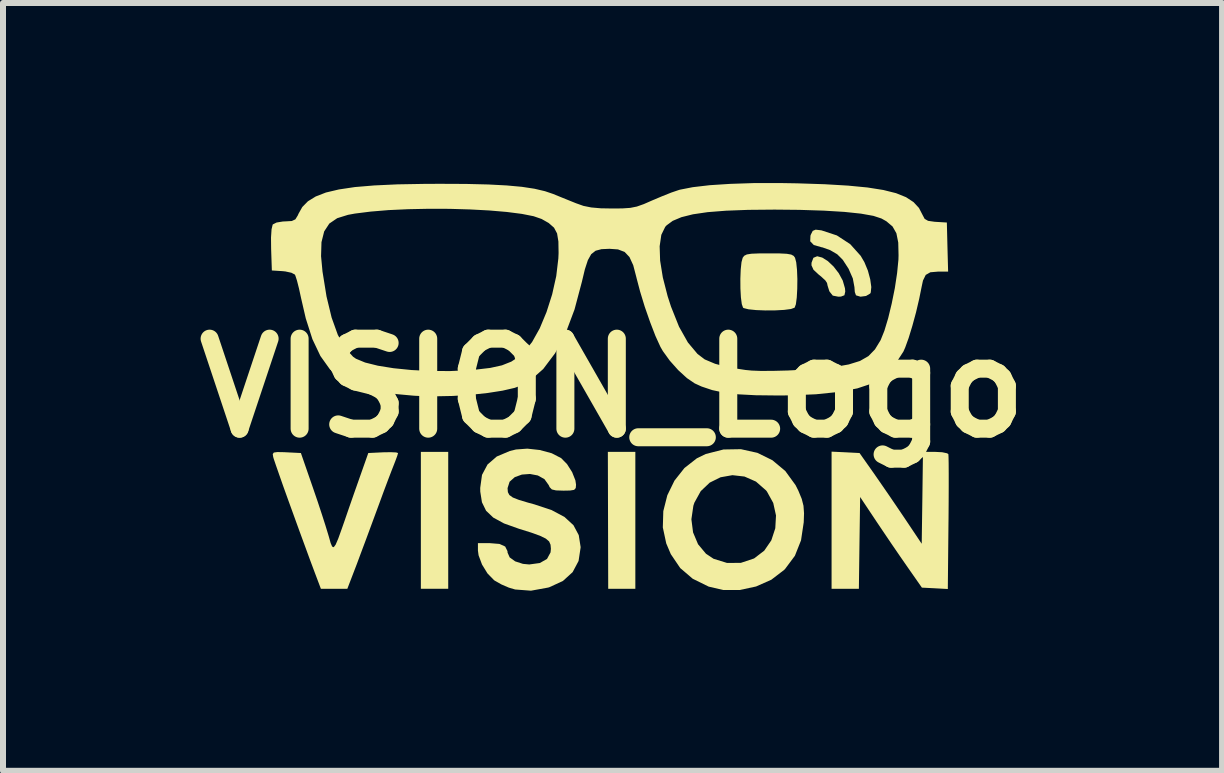
<source format=kicad_pcb>
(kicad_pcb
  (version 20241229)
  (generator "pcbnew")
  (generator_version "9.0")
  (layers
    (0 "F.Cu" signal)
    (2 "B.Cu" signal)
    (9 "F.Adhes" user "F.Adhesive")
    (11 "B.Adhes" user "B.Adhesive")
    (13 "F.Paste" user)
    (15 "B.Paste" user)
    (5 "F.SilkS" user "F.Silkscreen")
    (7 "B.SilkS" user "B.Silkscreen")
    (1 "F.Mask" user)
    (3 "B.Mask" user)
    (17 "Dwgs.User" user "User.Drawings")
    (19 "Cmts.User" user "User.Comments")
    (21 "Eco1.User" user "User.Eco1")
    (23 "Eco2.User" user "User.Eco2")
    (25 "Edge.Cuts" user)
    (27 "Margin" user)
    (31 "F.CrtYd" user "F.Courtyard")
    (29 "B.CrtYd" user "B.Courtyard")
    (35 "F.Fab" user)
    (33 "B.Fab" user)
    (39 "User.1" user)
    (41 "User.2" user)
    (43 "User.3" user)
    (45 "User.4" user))
  (footprint "VISION_Logo"
    (layer "F.Cu")
    (at 7.157 3.415)
    (property "Reference" "VISION_Logo" (at 0 0 0) (layer "F.SilkS") (effects (font (size 1.5 1.5) (thickness 0.3))))
    (attr board_only exclude_from_pos_files exclude_from_bom)
    (fp_poly (pts (xy -2.738 2.205) (xy -2.738 3.346) (xy -2.966 3.346) (xy -3.194 3.346) (xy -3.194 2.205) (xy -3.194 1.065) (xy -2.966 1.065) (xy -2.738 1.065)) (stroke (width 0) (type solid)) (fill yes) (layer "F.SilkS"))
    (fp_poly (pts (xy 0.38 2.205) (xy 0.38 3.346) (xy 0.154 3.346) (xy -0.072 3.346) (xy -0.075 2.205) (xy -0.078 1.065) (xy 0.151 1.065) (xy 0.38 1.065)) (stroke (width 0) (type solid)) (fill yes) (layer "F.SilkS"))
    (fp_poly (pts (xy 3.494 -2.173) (xy 3.588 -2.114) (xy 3.683 -2.024) (xy 3.769 -1.913) (xy 3.836 -1.79) (xy 3.873 -1.662) (xy 3.878 -1.607) (xy 3.864 -1.545) (xy 3.807 -1.523) (xy 3.763 -1.521) (xy 3.67 -1.539) (xy 3.617 -1.605) (xy 3.611 -1.618) (xy 3.584 -1.703) (xy 3.574 -1.75) (xy 3.547 -1.791) (xy 3.477 -1.856) (xy 3.439 -1.886) (xy 3.349 -1.969) (xy 3.315 -2.044) (xy 3.316 -2.087) (xy 3.347 -2.169) (xy 3.41 -2.195)) (stroke (width 0) (type solid)) (fill yes) (layer "F.SilkS"))
    (fp_poly (pts (xy 3.478 -2.627) (xy 3.486 -2.625) (xy 3.738 -2.542) (xy 3.96 -2.397) (xy 4.135 -2.202) (xy 4.197 -2.096) (xy 4.255 -1.956) (xy 4.294 -1.811) (xy 4.312 -1.682) (xy 4.303 -1.592) (xy 4.294 -1.574) (xy 4.224 -1.533) (xy 4.132 -1.521) (xy 4.059 -1.543) (xy 4.056 -1.546) (xy 4.037 -1.599) (xy 4.031 -1.68) (xy 4.004 -1.825) (xy 3.933 -1.987) (xy 3.836 -2.136) (xy 3.744 -2.228) (xy 3.626 -2.297) (xy 3.5 -2.342) (xy 3.483 -2.345) (xy 3.354 -2.382) (xy 3.294 -2.444) (xy 3.298 -2.537) (xy 3.305 -2.557) (xy 3.336 -2.618) (xy 3.385 -2.638)) (stroke (width 0) (type solid)) (fill yes) (layer "F.SilkS"))
    (fp_poly (pts (xy 2.785 -2.242) (xy 2.904 -2.236) (xy 2.977 -2.223) (xy 3.018 -2.201) (xy 3.041 -2.17) (xy 3.061 -2.093) (xy 3.074 -1.968) (xy 3.08 -1.814) (xy 3.078 -1.654) (xy 3.07 -1.507) (xy 3.055 -1.394) (xy 3.034 -1.338) (xy 2.974 -1.316) (xy 2.859 -1.301) (xy 2.71 -1.293) (xy 2.547 -1.292) (xy 2.392 -1.298) (xy 2.265 -1.311) (xy 2.186 -1.331) (xy 2.175 -1.338) (xy 2.154 -1.397) (xy 2.139 -1.511) (xy 2.131 -1.659) (xy 2.13 -1.82) (xy 2.136 -1.973) (xy 2.149 -2.097) (xy 2.169 -2.17) (xy 2.194 -2.203) (xy 2.238 -2.225) (xy 2.314 -2.237) (xy 2.438 -2.242) (xy 2.605 -2.243)) (stroke (width 0) (type solid)) (fill yes) (layer "F.SilkS"))
    (fp_poly (pts (xy 3.883 1.072) (xy 4.116 1.084) (xy 4.357 1.426) (xy 4.479 1.602) (xy 4.624 1.812) (xy 4.77 2.027) (xy 4.875 2.182) (xy 5.152 2.596) (xy 5.163 1.83) (xy 5.173 1.065) (xy 5.378 1.065) (xy 5.494 1.071) (xy 5.574 1.088) (xy 5.596 1.102) (xy 5.599 1.149) (xy 5.601 1.261) (xy 5.602 1.43) (xy 5.602 1.645) (xy 5.601 1.897) (xy 5.599 2.176) (xy 5.598 2.245) (xy 5.587 3.35) (xy 5.371 3.338) (xy 5.155 3.327) (xy 4.916 2.985) (xy 4.794 2.809) (xy 4.65 2.599) (xy 4.504 2.383) (xy 4.401 2.23) (xy 4.126 1.817) (xy 4.115 2.582) (xy 4.105 3.346) (xy 3.878 3.346) (xy 3.65 3.346) (xy 3.65 2.204) (xy 3.65 1.061)) (stroke (width 0) (type solid)) (fill yes) (layer "F.SilkS"))
    (fp_poly (pts (xy -5.473 1.07) (xy -5.434 1.072) (xy -5.193 1.084) (xy -4.989 1.673) (xy -4.914 1.892) (xy -4.844 2.104) (xy -4.784 2.291) (xy -4.74 2.435) (xy -4.725 2.485) (xy -4.697 2.585) (xy -4.672 2.643) (xy -4.646 2.654) (xy -4.614 2.611) (xy -4.571 2.511) (xy -4.512 2.347) (xy -4.463 2.207) (xy -4.392 2) (xy -4.309 1.762) (xy -4.229 1.535) (xy -4.204 1.464) (xy -4.07 1.084) (xy -3.822 1.072) (xy -3.696 1.07) (xy -3.607 1.074) (xy -3.574 1.084) (xy -3.587 1.13) (xy -3.621 1.222) (xy -3.646 1.286) (xy -3.684 1.383) (xy -3.742 1.535) (xy -3.813 1.724) (xy -3.89 1.934) (xy -3.934 2.053) (xy -4.02 2.286) (xy -4.109 2.527) (xy -4.193 2.751) (xy -4.262 2.937) (xy -4.284 2.994) (xy -4.419 3.346) (xy -4.64 3.346) (xy -4.86 3.346) (xy -4.957 3.089) (xy -5.039 2.87) (xy -5.128 2.627) (xy -5.222 2.371) (xy -5.315 2.114) (xy -5.405 1.866) (xy -5.487 1.638) (xy -5.556 1.441) (xy -5.61 1.286) (xy -5.645 1.183) (xy -5.655 1.148) (xy -5.662 1.101) (xy -5.644 1.076) (xy -5.587 1.068)) (stroke (width 0) (type solid)) (fill yes) (layer "F.SilkS"))
    (fp_poly (pts (xy 2.414 1.081) (xy 2.664 1.204) (xy 2.879 1.384) (xy 3.05 1.619) (xy 3.097 1.713) (xy 3.153 1.849) (xy 3.182 1.963) (xy 3.191 2.088) (xy 3.186 2.238) (xy 3.141 2.539) (xy 3.039 2.796) (xy 2.876 3.015) (xy 2.858 3.033) (xy 2.645 3.196) (xy 2.392 3.308) (xy 2.117 3.367) (xy 1.842 3.366) (xy 1.602 3.31) (xy 1.336 3.179) (xy 1.128 3.001) (xy 0.971 2.769) (xy 0.895 2.59) (xy 0.838 2.324) (xy 0.842 2.188) (xy 1.314 2.188) (xy 1.342 2.407) (xy 1.425 2.604) (xy 1.557 2.762) (xy 1.683 2.846) (xy 1.909 2.916) (xy 2.139 2.914) (xy 2.358 2.841) (xy 2.361 2.839) (xy 2.528 2.711) (xy 2.646 2.539) (xy 2.712 2.338) (xy 2.724 2.125) (xy 2.678 1.916) (xy 2.573 1.726) (xy 2.558 1.707) (xy 2.39 1.56) (xy 2.199 1.476) (xy 1.998 1.453) (xy 1.8 1.488) (xy 1.62 1.577) (xy 1.47 1.719) (xy 1.364 1.911) (xy 1.347 1.962) (xy 1.314 2.188) (xy 0.842 2.188) (xy 0.846 2.052) (xy 0.913 1.788) (xy 1.032 1.544) (xy 1.198 1.334) (xy 1.405 1.172) (xy 1.554 1.1) (xy 1.849 1.025) (xy 2.139 1.02)) (stroke (width 0) (type solid)) (fill yes) (layer "F.SilkS"))
    (fp_poly (pts (xy -1.211 1.034) (xy -1.013 1.088) (xy -0.858 1.168) (xy -0.856 1.169) (xy -0.758 1.269) (xy -0.673 1.403) (xy -0.619 1.539) (xy -0.608 1.612) (xy -0.613 1.668) (xy -0.64 1.698) (xy -0.708 1.709) (xy -0.818 1.711) (xy -0.942 1.707) (xy -1.011 1.691) (xy -1.048 1.653) (xy -1.064 1.618) (xy -1.135 1.519) (xy -1.245 1.458) (xy -1.376 1.433) (xy -1.51 1.443) (xy -1.629 1.486) (xy -1.715 1.562) (xy -1.749 1.668) (xy -1.749 1.673) (xy -1.744 1.736) (xy -1.719 1.784) (xy -1.662 1.825) (xy -1.563 1.864) (xy -1.407 1.911) (xy -1.304 1.939) (xy -1.017 2.034) (xy -0.801 2.149) (xy -0.651 2.287) (xy -0.563 2.452) (xy -0.532 2.649) (xy -0.532 2.659) (xy -0.566 2.883) (xy -0.665 3.069) (xy -0.827 3.216) (xy -1.05 3.319) (xy -1.073 3.326) (xy -1.359 3.378) (xy -1.623 3.358) (xy -1.728 3.327) (xy -1.851 3.274) (xy -1.961 3.212) (xy -1.975 3.202) (xy -2.084 3.09) (xy -2.175 2.942) (xy -2.232 2.789) (xy -2.243 2.709) (xy -2.243 2.586) (xy -2.042 2.586) (xy -1.883 2.599) (xy -1.789 2.642) (xy -1.751 2.718) (xy -1.749 2.744) (xy -1.714 2.823) (xy -1.623 2.889) (xy -1.493 2.931) (xy -1.388 2.941) (xy -1.212 2.917) (xy -1.092 2.849) (xy -1.033 2.74) (xy -1.027 2.681) (xy -1.033 2.612) (xy -1.057 2.557) (xy -1.112 2.51) (xy -1.208 2.463) (xy -1.355 2.41) (xy -1.563 2.345) (xy -1.809 2.257) (xy -1.987 2.16) (xy -2.107 2.046) (xy -2.176 1.905) (xy -2.204 1.728) (xy -2.205 1.665) (xy -2.175 1.448) (xy -2.083 1.275) (xy -1.929 1.142) (xy -1.711 1.05) (xy -1.609 1.025) (xy -1.42 1.011)) (stroke (width 0) (type solid)) (fill yes) (layer "F.SilkS"))
    (fp_poly (pts (xy 3.08 -3.41) (xy 3.537 -3.395) (xy 3.925 -3.372) (xy 4.248 -3.341) (xy 4.513 -3.299) (xy 4.725 -3.246) (xy 4.891 -3.179) (xy 5.016 -3.097) (xy 5.106 -3) (xy 5.166 -2.884) (xy 5.167 -2.882) (xy 5.201 -2.818) (xy 5.258 -2.785) (xy 5.362 -2.77) (xy 5.388 -2.768) (xy 5.571 -2.757) (xy 5.581 -2.348) (xy 5.592 -1.939) (xy 5.424 -1.939) (xy 5.296 -1.928) (xy 5.219 -1.884) (xy 5.173 -1.79) (xy 5.152 -1.692) (xy 5.11 -1.485) (xy 5.057 -1.259) (xy 4.996 -1.035) (xy 4.934 -0.832) (xy 4.876 -0.672) (xy 4.846 -0.605) (xy 4.705 -0.388) (xy 4.527 -0.206) (xy 4.33 -0.079) (xy 4.316 -0.072) (xy 4.079 0.007) (xy 3.77 0.066) (xy 3.39 0.105) (xy 2.94 0.124) (xy 2.738 0.125) (xy 2.387 0.121) (xy 2.098 0.106) (xy 1.86 0.078) (xy 1.66 0.035) (xy 1.484 -0.024) (xy 1.368 -0.077) (xy 1.239 -0.165) (xy 1.094 -0.298) (xy 0.954 -0.455) (xy 0.839 -0.614) (xy 0.798 -0.685) (xy 0.715 -0.867) (xy 0.626 -1.098) (xy 0.537 -1.353) (xy 0.46 -1.605) (xy 0.401 -1.829) (xy 0.398 -1.842) (xy 0.345 -2.045) (xy 0.282 -2.182) (xy 0.201 -2.267) (xy 0.091 -2.309) (xy -0.051 -2.319) (xy -0.184 -2.313) (xy -0.282 -2.287) (xy -0.355 -2.23) (xy -0.411 -2.13) (xy -0.461 -1.977) (xy -0.511 -1.768) (xy -0.633 -1.309) (xy -0.782 -0.912) (xy -0.956 -0.58) (xy -1.155 -0.316) (xy -1.376 -0.121) (xy -1.487 -0.055) (xy -1.63 -0.002) (xy -1.834 0.045) (xy -2.084 0.084) (xy -2.365 0.114) (xy -2.663 0.133) (xy -2.962 0.139) (xy -3.247 0.132) (xy -3.308 0.129) (xy -3.592 0.103) (xy -3.863 0.065) (xy -4.101 0.019) (xy -4.288 -0.031) (xy -4.315 -0.041) (xy -4.528 -0.151) (xy -4.711 -0.313) (xy -4.868 -0.533) (xy -5.001 -0.813) (xy -5.112 -1.16) (xy -5.191 -1.502) (xy -5.225 -1.658) (xy -5.258 -1.788) (xy -5.285 -1.872) (xy -5.294 -1.89) (xy -5.351 -1.92) (xy -5.453 -1.942) (xy -5.503 -1.947) (xy -5.677 -1.958) (xy -5.685 -2.196) (xy -4.857 -2.196) (xy -4.833 -1.94) (xy -4.766 -1.525) (xy -4.681 -1.173) (xy -4.578 -0.886) (xy -4.458 -0.668) (xy -4.323 -0.52) (xy -4.275 -0.487) (xy -4.123 -0.424) (xy -3.91 -0.371) (xy -3.648 -0.329) (xy -3.35 -0.299) (xy -3.031 -0.283) (xy -2.703 -0.282) (xy -2.38 -0.297) (xy -2.294 -0.304) (xy -2.039 -0.334) (xy -1.843 -0.377) (xy -1.687 -0.439) (xy -1.555 -0.526) (xy -1.478 -0.595) (xy -1.341 -0.765) (xy -1.213 -0.994) (xy -1.1 -1.265) (xy -1.006 -1.56) (xy -0.938 -1.864) (xy -0.903 -2.158) (xy -0.899 -2.249) (xy -0.901 -2.361) (xy 0.785 -2.361) (xy 0.793 -2.122) (xy 0.838 -1.842) (xy 0.918 -1.53) (xy 0.974 -1.357) (xy 1.108 -1.021) (xy 1.256 -0.758) (xy 1.416 -0.567) (xy 1.536 -0.476) (xy 1.709 -0.403) (xy 1.94 -0.342) (xy 2.215 -0.3) (xy 2.319 -0.29) (xy 2.472 -0.284) (xy 2.678 -0.285) (xy 2.916 -0.291) (xy 3.164 -0.303) (xy 3.401 -0.319) (xy 3.605 -0.338) (xy 3.688 -0.348) (xy 3.936 -0.392) (xy 4.123 -0.45) (xy 4.264 -0.531) (xy 4.373 -0.643) (xy 4.466 -0.795) (xy 4.468 -0.799) (xy 4.53 -0.953) (xy 4.593 -1.162) (xy 4.652 -1.406) (xy 4.704 -1.663) (xy 4.742 -1.914) (xy 4.764 -2.137) (xy 4.766 -2.212) (xy 4.761 -2.424) (xy 4.73 -2.578) (xy 4.666 -2.691) (xy 4.563 -2.778) (xy 4.481 -2.824) (xy 4.347 -2.868) (xy 4.14 -2.905) (xy 3.864 -2.934) (xy 3.521 -2.955) (xy 3.115 -2.968) (xy 2.7 -2.972) (xy 2.26 -2.968) (xy 1.891 -2.954) (xy 1.586 -2.93) (xy 1.34 -2.894) (xy 1.148 -2.846) (xy 1.003 -2.785) (xy 0.901 -2.71) (xy 0.878 -2.685) (xy 0.813 -2.552) (xy 0.785 -2.361) (xy -0.901 -2.361) (xy -0.902 -2.44) (xy -0.924 -2.575) (xy -0.975 -2.671) (xy -1.064 -2.749) (xy -1.182 -2.816) (xy -1.315 -2.862) (xy -1.512 -2.901) (xy -1.762 -2.933) (xy -2.054 -2.958) (xy -2.375 -2.975) (xy -2.715 -2.985) (xy -3.062 -2.986) (xy -3.405 -2.979) (xy -3.732 -2.964) (xy -4.032 -2.939) (xy -4.294 -2.906) (xy -4.408 -2.885) (xy -4.588 -2.829) (xy -4.719 -2.74) (xy -4.805 -2.609) (xy -4.85 -2.43) (xy -4.857 -2.196) (xy -5.685 -2.196) (xy -5.689 -2.317) (xy -5.691 -2.506) (xy -5.682 -2.644) (xy -5.664 -2.72) (xy -5.66 -2.726) (xy -5.598 -2.757) (xy -5.494 -2.774) (xy -5.452 -2.776) (xy -5.345 -2.782) (xy -5.285 -2.81) (xy -5.244 -2.877) (xy -5.234 -2.901) (xy -5.17 -3.015) (xy -5.076 -3.111) (xy -4.946 -3.191) (xy -4.776 -3.257) (xy -4.56 -3.308) (xy -4.293 -3.348) (xy -3.969 -3.375) (xy -3.583 -3.393) (xy -3.129 -3.401) (xy -2.871 -3.402) (xy -2.437 -3.4) (xy -2.071 -3.391) (xy -1.765 -3.375) (xy -1.511 -3.352) (xy -1.301 -3.32) (xy -1.126 -3.279) (xy -0.993 -3.234) (xy -0.853 -3.177) (xy -0.69 -3.111) (xy -0.608 -3.078) (xy -0.484 -3.034) (xy -0.355 -3.008) (xy -0.196 -2.994) (xy -0.019 -2.991) (xy 0.162 -2.992) (xy 0.295 -3.001) (xy 0.405 -3.023) (xy 0.521 -3.064) (xy 0.665 -3.127) (xy 0.826 -3.195) (xy 0.979 -3.256) (xy 1.099 -3.297) (xy 1.122 -3.304) (xy 1.337 -3.346) (xy 1.619 -3.379) (xy 1.959 -3.401) (xy 2.349 -3.414) (xy 2.78 -3.415)) (stroke (width 0) (type solid)) (fill yes) (layer "F.SilkS")))
  (gr_rect
    (start -3 -3)
    (end 17.314 9.794)
    (stroke (width 0.1) (type default))
    (fill no)
    (layer "Edge.Cuts")))
</source>
